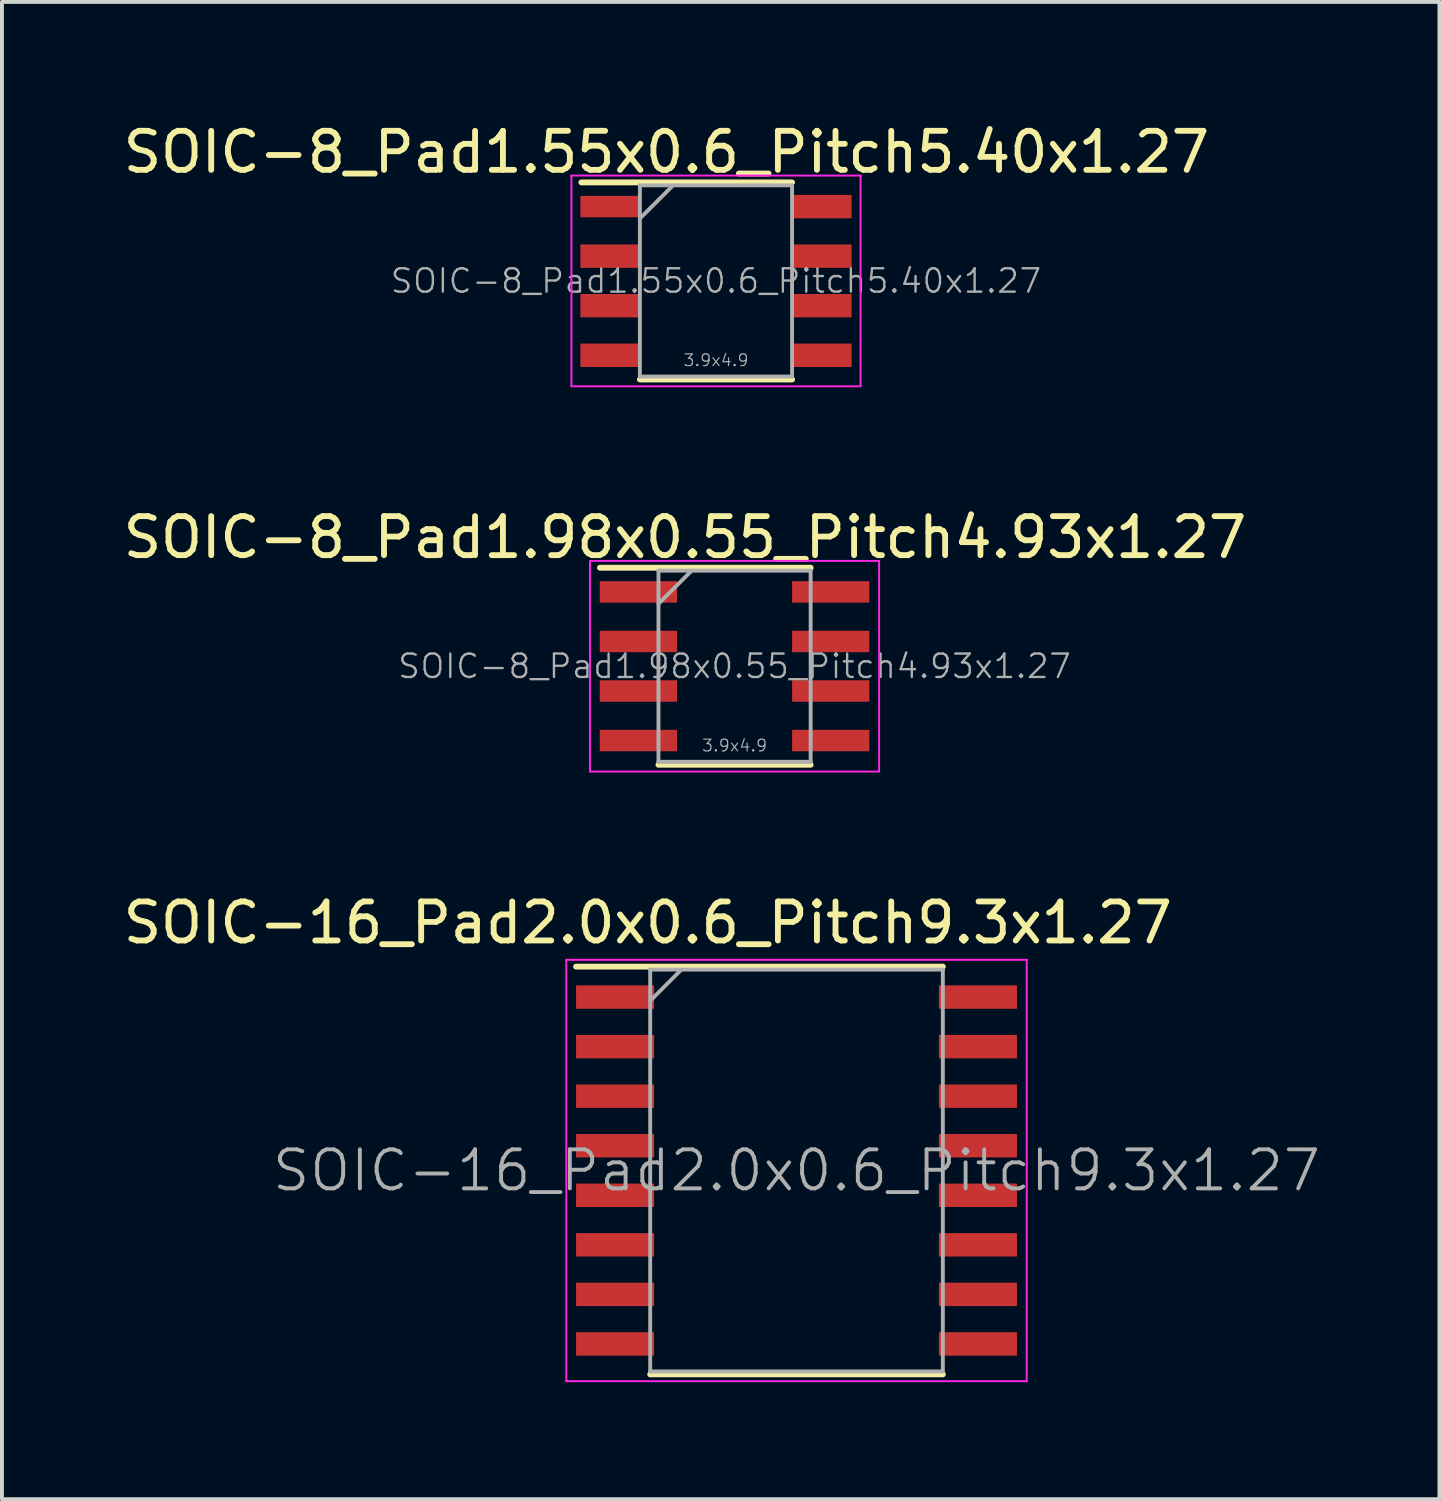
<source format=kicad_pcb>
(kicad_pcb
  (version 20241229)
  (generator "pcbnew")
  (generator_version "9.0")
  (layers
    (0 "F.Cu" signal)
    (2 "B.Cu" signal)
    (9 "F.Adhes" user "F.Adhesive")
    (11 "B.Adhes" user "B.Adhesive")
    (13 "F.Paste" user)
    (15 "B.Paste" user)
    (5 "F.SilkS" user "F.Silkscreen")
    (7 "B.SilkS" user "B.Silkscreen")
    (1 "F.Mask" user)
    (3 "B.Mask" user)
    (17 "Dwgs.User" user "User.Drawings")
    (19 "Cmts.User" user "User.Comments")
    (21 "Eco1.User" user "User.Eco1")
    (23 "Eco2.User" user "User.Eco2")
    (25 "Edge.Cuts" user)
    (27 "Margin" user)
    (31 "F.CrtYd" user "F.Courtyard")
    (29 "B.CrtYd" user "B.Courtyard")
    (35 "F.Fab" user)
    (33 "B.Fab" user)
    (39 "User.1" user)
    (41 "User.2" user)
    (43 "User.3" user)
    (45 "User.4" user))
  (footprint "SOIC-8_Pad1.55x0.6_Pitch5.40x1.27"
    (layer "F.Cu")
    (at 15.3 4.15)
    (property "Reference" "SOIC-8_Pad1.55x0.6_Pitch5.40x1.27" (at 0 0 0) (layer "F.Fab") (effects (font (size 0.6 0.6) (thickness 0.06))))
    (attr smd)
    (fp_line (start -3.45 -2.525) (end 1.95 -2.525) (stroke (width 0.15) (type solid)) (layer "F.SilkS"))
    (fp_line (start -1.95 2.525) (end 1.95 2.525) (stroke (width 0.15) (type solid)) (layer "F.SilkS"))
    (fp_line (start -3.705 -2.7) (end 3.705 -2.7) (stroke (width 0.05) (type solid)) (layer "F.CrtYd"))
    (fp_line (start -3.705 2.7) (end -3.705 -2.7) (stroke (width 0.05) (type solid)) (layer "F.CrtYd"))
    (fp_line (start 3.705 -2.7) (end 3.705 2.7) (stroke (width 0.05) (type solid)) (layer "F.CrtYd"))
    (fp_line (start 3.705 2.7) (end -3.705 2.7) (stroke (width 0.05) (type solid)) (layer "F.CrtYd"))
    (fp_line (start -1.95 -2.45) (end 1.95 -2.45) (stroke (width 0.1) (type solid)) (layer "F.Fab"))
    (fp_line (start -1.95 2.45) (end -1.95 -2.45) (stroke (width 0.1) (type solid)) (layer "F.Fab"))
    (fp_line (start -1.1 -2.45) (end -1.95 -1.6) (stroke (width 0.1) (type solid)) (layer "F.Fab"))
    (fp_line (start 1.95 -2.45) (end 1.95 2.45) (stroke (width 0.1) (type solid)) (layer "F.Fab"))
    (fp_line (start 1.95 2.45) (end -1.95 2.45) (stroke (width 0.1) (type solid)) (layer "F.Fab"))
    (fp_text user "${REFERENCE}" (at -1.27 -3.302 0) (layer "F.SilkS") (effects (font (size 1 1) (thickness 0.15))))
    (fp_text user "${REFERENCE}" (at -0.254 -1.778 0) (layer "Eco1.User") (effects (font (size 0.5 0.5) (thickness 0.05))))
    (fp_text user "3.9x4.9" (at 0 2.032 0) (layer "F.Fab") (effects (font (size 0.3 0.3) (thickness 0.03))))
    (pad "1" smd rect (at -2.7 -1.905) (size 1.55 0.55) (layers "F.Cu" "F.Mask" "F.Paste"))
    (pad "2" smd rect (at -2.7 -0.635) (size 1.55 0.6) (layers "F.Cu" "F.Mask" "F.Paste"))
    (pad "3" smd rect (at -2.7 0.635) (size 1.55 0.6) (layers "F.Cu" "F.Mask" "F.Paste"))
    (pad "4" smd rect (at -2.7 1.905) (size 1.55 0.6) (layers "F.Cu" "F.Mask" "F.Paste"))
    (pad "5" smd rect (at 2.7 1.905) (size 1.55 0.6) (layers "F.Cu" "F.Mask" "F.Paste"))
    (pad "6" smd rect (at 2.7 0.635) (size 1.55 0.6) (layers "F.Cu" "F.Mask" "F.Paste"))
    (pad "7" smd rect (at 2.7 -0.635) (size 1.55 0.6) (layers "F.Cu" "F.Mask" "F.Paste"))
    (pad "8" smd rect (at 2.7 -1.905) (size 1.55 0.6) (layers "F.Cu" "F.Mask" "F.Paste")))
  (footprint "SOIC-8_Pad1.98x0.55_Pitch4.93x1.27"
    (layer "F.Cu")
    (at 15.776 14.025)
    (property "Reference" "SOIC-8_Pad1.98x0.55_Pitch4.93x1.27" (at 0 0 0) (layer "F.Fab") (effects (font (size 0.6 0.6) (thickness 0.06))))
    (attr smd)
    (fp_line (start -3.45 -2.525) (end 1.95 -2.525) (stroke (width 0.15) (type solid)) (layer "F.SilkS"))
    (fp_line (start -1.95 2.525) (end 1.95 2.525) (stroke (width 0.15) (type solid)) (layer "F.SilkS"))
    (fp_line (start -3.705 -2.7) (end 3.705 -2.7) (stroke (width 0.05) (type solid)) (layer "F.CrtYd"))
    (fp_line (start -3.705 2.7) (end -3.705 -2.7) (stroke (width 0.05) (type solid)) (layer "F.CrtYd"))
    (fp_line (start 3.705 -2.7) (end 3.705 2.7) (stroke (width 0.05) (type solid)) (layer "F.CrtYd"))
    (fp_line (start 3.705 2.7) (end -3.705 2.7) (stroke (width 0.05) (type solid)) (layer "F.CrtYd"))
    (fp_line (start -1.95 -2.45) (end 1.95 -2.45) (stroke (width 0.1) (type solid)) (layer "F.Fab"))
    (fp_line (start -1.95 2.45) (end -1.95 -2.45) (stroke (width 0.1) (type solid)) (layer "F.Fab"))
    (fp_line (start -1.1 -2.45) (end -1.95 -1.6) (stroke (width 0.1) (type solid)) (layer "F.Fab"))
    (fp_line (start 1.95 -2.45) (end 1.95 2.45) (stroke (width 0.1) (type solid)) (layer "F.Fab"))
    (fp_line (start 1.95 2.45) (end -1.95 2.45) (stroke (width 0.1) (type solid)) (layer "F.Fab"))
    (fp_text user "${REFERENCE}" (at -1.27 -3.302 0) (layer "F.SilkS") (effects (font (size 1 1) (thickness 0.15))))
    (fp_text user "${REFERENCE}" (at -0.254 -1.778 0) (layer "Eco1.User") (effects (font (size 0.5 0.5) (thickness 0.05))))
    (fp_text user "3.9x4.9" (at 0 2.032 0) (layer "F.Fab") (effects (font (size 0.3 0.3) (thickness 0.03))))
    (pad "1" smd rect (at -2.465 -1.905) (size 1.98 0.55) (layers "F.Cu" "F.Mask" "F.Paste"))
    (pad "2" smd rect (at -2.465 -0.635) (size 1.98 0.55) (layers "F.Cu" "F.Mask" "F.Paste"))
    (pad "3" smd rect (at -2.465 0.635) (size 1.98 0.55) (layers "F.Cu" "F.Mask" "F.Paste"))
    (pad "4" smd rect (at -2.465 1.905) (size 1.98 0.55) (layers "F.Cu" "F.Mask" "F.Paste"))
    (pad "5" smd rect (at 2.465 1.905) (size 1.98 0.55) (layers "F.Cu" "F.Mask" "F.Paste"))
    (pad "6" smd rect (at 2.465 0.635) (size 1.98 0.55) (layers "F.Cu" "F.Mask" "F.Paste"))
    (pad "7" smd rect (at 2.465 -0.635) (size 1.98 0.55) (layers "F.Cu" "F.Mask" "F.Paste"))
    (pad "8" smd rect (at 2.465 -1.905) (size 1.98 0.55) (layers "F.Cu" "F.Mask" "F.Paste")))
  (footprint "SOIC-16_Pad2.0x0.6_Pitch9.3x1.27"
    (layer "F.Cu")
    (at 17.364 26.949)
    (property "Reference" "SOIC-16_Pad2.0x0.6_Pitch9.3x1.27" (at 0 0 0) (layer "F.Fab") (effects (font (size 1 1) (thickness 0.1))))
    (attr smd)
    (fp_line (start -5.65 -5.225) (end 3.75 -5.225) (stroke (width 0.15) (type solid)) (layer "F.SilkS"))
    (fp_line (start -3.75 5.225) (end 3.75 5.225) (stroke (width 0.15) (type solid)) (layer "F.SilkS"))
    (fp_line (start -5.9 -5.4) (end 5.9 -5.4) (stroke (width 0.05) (type solid)) (layer "F.CrtYd"))
    (fp_line (start -5.9 5.4) (end -5.9 -5.4) (stroke (width 0.05) (type solid)) (layer "F.CrtYd"))
    (fp_line (start 5.9 -5.4) (end 5.9 5.4) (stroke (width 0.05) (type solid)) (layer "F.CrtYd"))
    (fp_line (start 5.9 5.4) (end -5.9 5.4) (stroke (width 0.05) (type solid)) (layer "F.CrtYd"))
    (fp_line (start -3.75 -5.15) (end 3.75 -5.15) (stroke (width 0.1) (type solid)) (layer "F.Fab"))
    (fp_line (start -3.75 -4.35) (end -2.95 -5.15) (stroke (width 0.1) (type solid)) (layer "F.Fab"))
    (fp_line (start -3.75 5.15) (end -3.75 -5.15) (stroke (width 0.1) (type solid)) (layer "F.Fab"))
    (fp_line (start 3.75 -5.15) (end 3.75 5.15) (stroke (width 0.1) (type solid)) (layer "F.Fab"))
    (fp_line (start 3.75 5.15) (end -3.75 5.15) (stroke (width 0.1) (type solid)) (layer "F.Fab"))
    (fp_text user "${REFERENCE}" (at -3.81 -6.35 0) (layer "F.SilkS") (effects (font (size 1 1) (thickness 0.15))))
    (fp_text user "${REFERENCE}" (at -1.905 -4.445 0) (layer "Eco1.User") (effects (font (size 0.5 0.5) (thickness 0.05))))
    (pad "1" smd rect (at -4.65 -4.445) (size 2 0.6) (layers "F.Cu" "F.Mask" "F.Paste"))
    (pad "2" smd rect (at -4.65 -3.175) (size 2 0.6) (layers "F.Cu" "F.Mask" "F.Paste"))
    (pad "3" smd rect (at -4.65 -1.905) (size 2 0.6) (layers "F.Cu" "F.Mask" "F.Paste"))
    (pad "4" smd rect (at -4.65 -0.635) (size 2 0.6) (layers "F.Cu" "F.Mask" "F.Paste"))
    (pad "5" smd rect (at -4.65 0.635) (size 2 0.6) (layers "F.Cu" "F.Mask" "F.Paste"))
    (pad "6" smd rect (at -4.65 1.905) (size 2 0.6) (layers "F.Cu" "F.Mask" "F.Paste"))
    (pad "7" smd rect (at -4.65 3.175) (size 2 0.6) (layers "F.Cu" "F.Mask" "F.Paste"))
    (pad "8" smd rect (at -4.65 4.445) (size 2 0.6) (layers "F.Cu" "F.Mask" "F.Paste"))
    (pad "9" smd rect (at 4.65 4.445) (size 2 0.6) (layers "F.Cu" "F.Mask" "F.Paste"))
    (pad "10" smd rect (at 4.65 3.175) (size 2 0.6) (layers "F.Cu" "F.Mask" "F.Paste"))
    (pad "11" smd rect (at 4.65 1.905) (size 2 0.6) (layers "F.Cu" "F.Mask" "F.Paste"))
    (pad "12" smd rect (at 4.65 0.635) (size 2 0.6) (layers "F.Cu" "F.Mask" "F.Paste"))
    (pad "13" smd rect (at 4.65 -0.635) (size 2 0.6) (layers "F.Cu" "F.Mask" "F.Paste"))
    (pad "14" smd rect (at 4.65 -1.905) (size 2 0.6) (layers "F.Cu" "F.Mask" "F.Paste"))
    (pad "15" smd rect (at 4.65 -3.175) (size 2 0.6) (layers "F.Cu" "F.Mask" "F.Paste"))
    (pad "16" smd rect (at 4.65 -4.445) (size 2 0.6) (layers "F.Cu" "F.Mask" "F.Paste")))
  (gr_rect
    (start -3 -3)
    (end 33.842 35.374)
    (stroke (width 0.1) (type default))
    (fill no)
    (layer "Edge.Cuts")))
</source>
